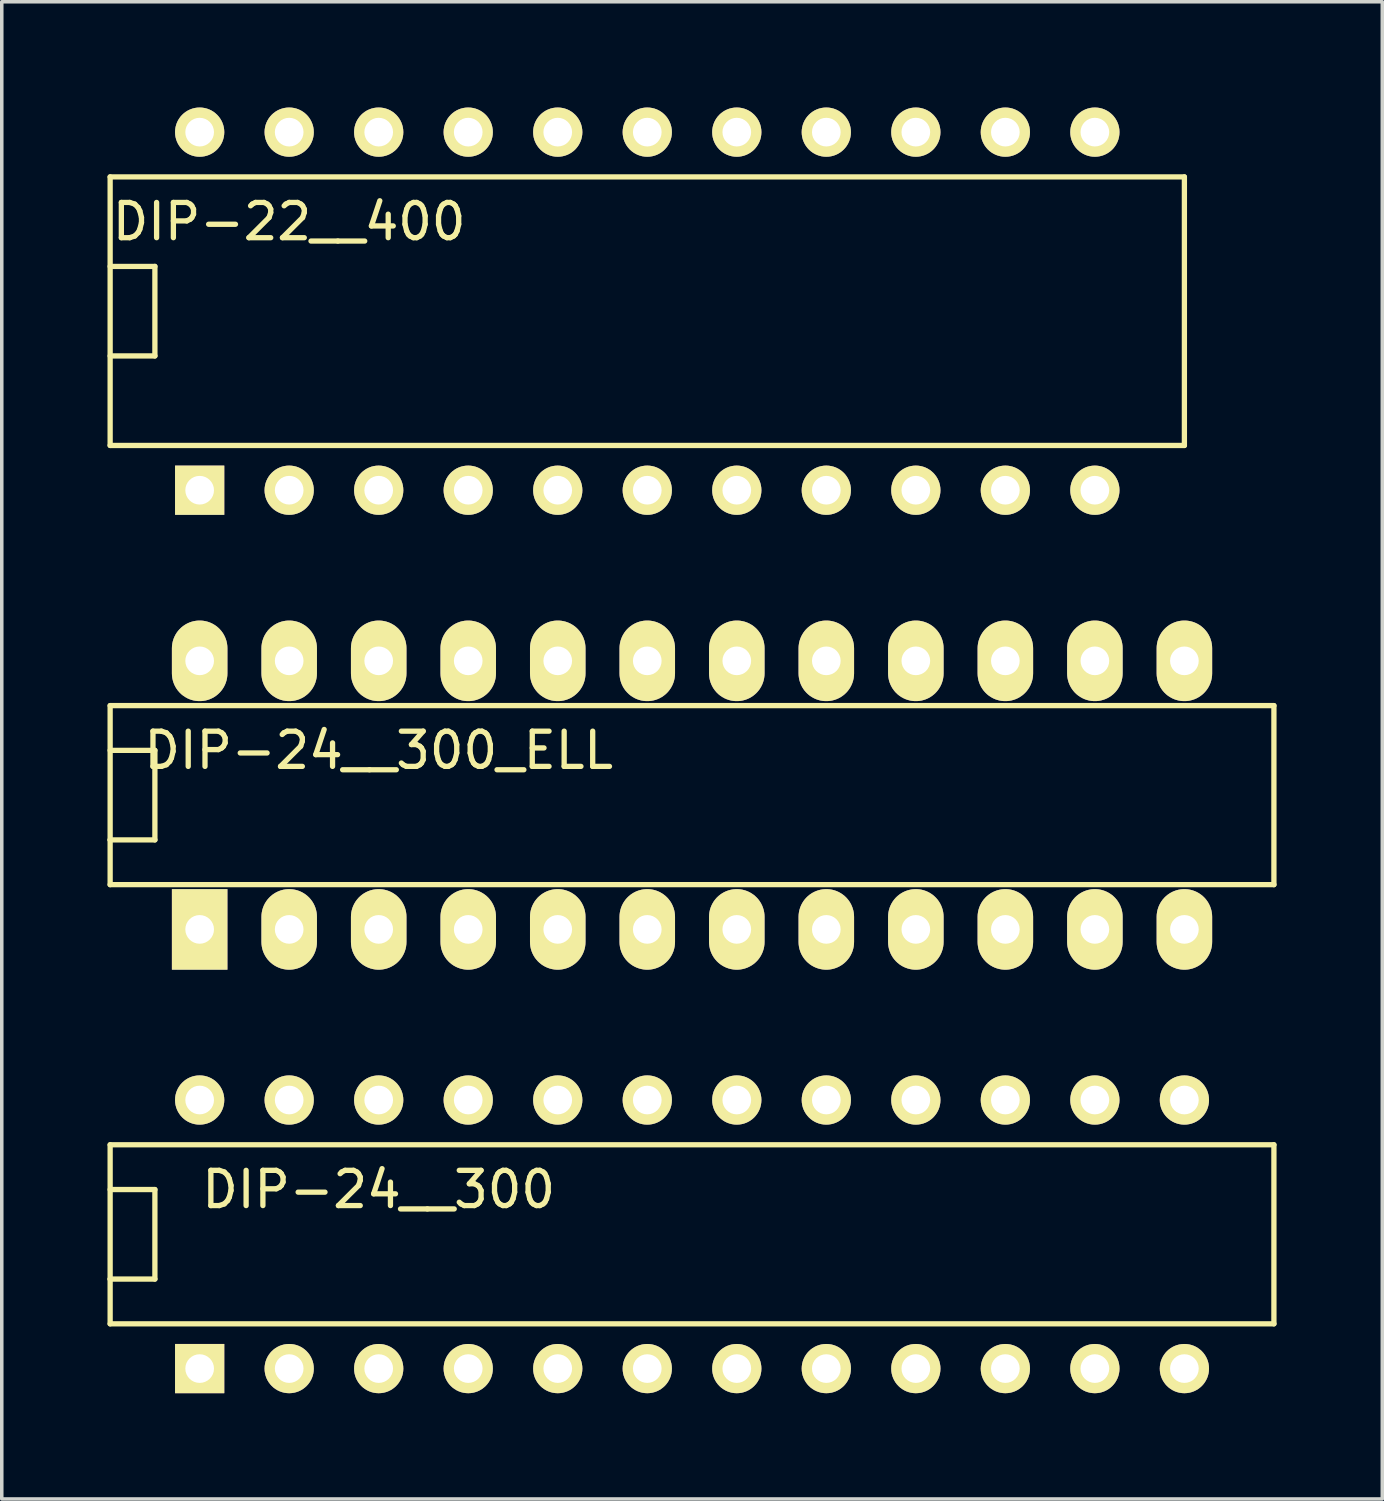
<source format=kicad_pcb>
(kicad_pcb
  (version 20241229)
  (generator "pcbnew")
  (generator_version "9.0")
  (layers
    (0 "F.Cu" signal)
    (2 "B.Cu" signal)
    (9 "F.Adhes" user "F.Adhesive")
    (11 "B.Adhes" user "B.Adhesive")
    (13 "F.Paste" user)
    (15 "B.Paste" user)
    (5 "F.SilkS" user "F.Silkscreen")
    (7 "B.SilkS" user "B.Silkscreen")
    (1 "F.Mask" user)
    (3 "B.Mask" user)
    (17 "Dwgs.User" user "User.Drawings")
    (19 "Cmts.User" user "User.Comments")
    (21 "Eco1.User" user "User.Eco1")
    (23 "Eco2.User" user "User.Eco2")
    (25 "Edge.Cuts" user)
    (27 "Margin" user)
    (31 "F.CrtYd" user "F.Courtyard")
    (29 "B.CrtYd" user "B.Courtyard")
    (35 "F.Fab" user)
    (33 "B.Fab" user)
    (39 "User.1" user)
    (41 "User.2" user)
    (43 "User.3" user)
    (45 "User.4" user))
  (footprint "DIP-24__300_ELL"
    (layer "F.Cu")
    (at 16.585 19.51)
    (property "Reference" "DIP-24__300_ELL" (at -8.89 -1.27 0) (layer "F.SilkS") (effects (font (size 1 1) (thickness 0.15))))
    (attr through_hole)
    (fp_line (start -16.51 -2.54) (end 16.51 -2.54) (stroke (width 0.15) (type solid)) (layer "F.SilkS"))
    (fp_line (start -16.51 -1.27) (end -15.24 -1.27) (stroke (width 0.15) (type solid)) (layer "F.SilkS"))
    (fp_line (start -16.51 1.27) (end -16.51 1.27) (stroke (width 0.15) (type solid)) (layer "F.SilkS"))
    (fp_line (start -16.51 2.54) (end -16.51 -2.54) (stroke (width 0.15) (type solid)) (layer "F.SilkS"))
    (fp_line (start -15.24 -1.27) (end -15.24 1.27) (stroke (width 0.15) (type solid)) (layer "F.SilkS"))
    (fp_line (start -15.24 1.27) (end -16.51 1.27) (stroke (width 0.15) (type solid)) (layer "F.SilkS"))
    (fp_line (start 16.51 -2.54) (end 16.51 2.54) (stroke (width 0.15) (type solid)) (layer "F.SilkS"))
    (fp_line (start 16.51 2.54) (end -16.51 2.54) (stroke (width 0.15) (type solid)) (layer "F.SilkS"))
    (pad "1" thru_hole rect (at -13.97 3.81) (size 1.575 2.286) (drill 0.813) (layers "*.Cu" "*.Mask" "F.SilkS"))
    (pad "2" thru_hole oval (at -11.43 3.81) (size 1.575 2.286) (drill 0.813) (layers "*.Cu" "*.Mask" "F.SilkS"))
    (pad "3" thru_hole oval (at -8.89 3.81) (size 1.575 2.286) (drill 0.813) (layers "*.Cu" "*.Mask" "F.SilkS"))
    (pad "4" thru_hole oval (at -6.35 3.81) (size 1.575 2.286) (drill 0.813) (layers "*.Cu" "*.Mask" "F.SilkS"))
    (pad "5" thru_hole oval (at -3.81 3.81) (size 1.575 2.286) (drill 0.813) (layers "*.Cu" "*.Mask" "F.SilkS"))
    (pad "6" thru_hole oval (at -1.27 3.81) (size 1.575 2.286) (drill 0.813) (layers "*.Cu" "*.Mask" "F.SilkS"))
    (pad "7" thru_hole oval (at 1.27 3.81) (size 1.575 2.286) (drill 0.813) (layers "*.Cu" "*.Mask" "F.SilkS"))
    (pad "8" thru_hole oval (at 3.81 3.81) (size 1.575 2.286) (drill 0.813) (layers "*.Cu" "*.Mask" "F.SilkS"))
    (pad "9" thru_hole oval (at 6.35 3.81) (size 1.575 2.286) (drill 0.813) (layers "*.Cu" "*.Mask" "F.SilkS"))
    (pad "10" thru_hole oval (at 8.89 3.81) (size 1.575 2.286) (drill 0.813) (layers "*.Cu" "*.Mask" "F.SilkS"))
    (pad "11" thru_hole oval (at 11.43 3.81) (size 1.575 2.286) (drill 0.813) (layers "*.Cu" "*.Mask" "F.SilkS"))
    (pad "12" thru_hole oval (at 13.97 3.81) (size 1.575 2.286) (drill 0.813) (layers "*.Cu" "*.Mask" "F.SilkS"))
    (pad "13" thru_hole oval (at 13.97 -3.81) (size 1.575 2.286) (drill 0.813) (layers "*.Cu" "*.Mask" "F.SilkS"))
    (pad "14" thru_hole oval (at 11.43 -3.81) (size 1.575 2.286) (drill 0.813) (layers "*.Cu" "*.Mask" "F.SilkS"))
    (pad "15" thru_hole oval (at 8.89 -3.81) (size 1.575 2.286) (drill 0.813) (layers "*.Cu" "*.Mask" "F.SilkS"))
    (pad "16" thru_hole oval (at 6.35 -3.81) (size 1.575 2.286) (drill 0.813) (layers "*.Cu" "*.Mask" "F.SilkS"))
    (pad "17" thru_hole oval (at 3.81 -3.81) (size 1.575 2.286) (drill 0.813) (layers "*.Cu" "*.Mask" "F.SilkS"))
    (pad "18" thru_hole oval (at 1.27 -3.81) (size 1.575 2.286) (drill 0.813) (layers "*.Cu" "*.Mask" "F.SilkS"))
    (pad "19" thru_hole oval (at -1.27 -3.81) (size 1.575 2.286) (drill 0.813) (layers "*.Cu" "*.Mask" "F.SilkS"))
    (pad "20" thru_hole oval (at -3.81 -3.81) (size 1.575 2.286) (drill 0.813) (layers "*.Cu" "*.Mask" "F.SilkS"))
    (pad "21" thru_hole oval (at -6.35 -3.81) (size 1.575 2.286) (drill 0.813) (layers "*.Cu" "*.Mask" "F.SilkS"))
    (pad "22" thru_hole oval (at -8.89 -3.81) (size 1.575 2.286) (drill 0.813) (layers "*.Cu" "*.Mask" "F.SilkS"))
    (pad "23" thru_hole oval (at -11.43 -3.81) (size 1.575 2.286) (drill 0.813) (layers "*.Cu" "*.Mask" "F.SilkS"))
    (pad "24" thru_hole oval (at -13.97 -3.81) (size 1.575 2.286) (drill 0.813) (layers "*.Cu" "*.Mask" "F.SilkS")))
  (footprint "DIP-24__300"
    (layer "F.Cu")
    (at 16.585 31.971)
    (property "Reference" "DIP-24__300" (at -8.89 -1.27 0) (layer "F.SilkS") (effects (font (size 1 1) (thickness 0.15))))
    (attr through_hole)
    (fp_line (start -16.51 -2.54) (end 16.51 -2.54) (stroke (width 0.15) (type solid)) (layer "F.SilkS"))
    (fp_line (start -16.51 -1.27) (end -15.24 -1.27) (stroke (width 0.15) (type solid)) (layer "F.SilkS"))
    (fp_line (start -16.51 1.27) (end -16.51 1.27) (stroke (width 0.15) (type solid)) (layer "F.SilkS"))
    (fp_line (start -16.51 2.54) (end -16.51 -2.54) (stroke (width 0.15) (type solid)) (layer "F.SilkS"))
    (fp_line (start -15.24 -1.27) (end -15.24 1.27) (stroke (width 0.15) (type solid)) (layer "F.SilkS"))
    (fp_line (start -15.24 1.27) (end -16.51 1.27) (stroke (width 0.15) (type solid)) (layer "F.SilkS"))
    (fp_line (start 16.51 -2.54) (end 16.51 2.54) (stroke (width 0.15) (type solid)) (layer "F.SilkS"))
    (fp_line (start 16.51 2.54) (end -16.51 2.54) (stroke (width 0.15) (type solid)) (layer "F.SilkS"))
    (pad "1" thru_hole rect (at -13.97 3.81) (size 1.397 1.397) (drill 0.813) (layers "*.Cu" "*.Mask" "F.SilkS"))
    (pad "2" thru_hole circle (at -11.43 3.81) (size 1.397 1.397) (drill 0.813) (layers "*.Cu" "*.Mask" "F.SilkS"))
    (pad "3" thru_hole circle (at -8.89 3.81) (size 1.397 1.397) (drill 0.813) (layers "*.Cu" "*.Mask" "F.SilkS"))
    (pad "4" thru_hole circle (at -6.35 3.81) (size 1.397 1.397) (drill 0.813) (layers "*.Cu" "*.Mask" "F.SilkS"))
    (pad "5" thru_hole circle (at -3.81 3.81) (size 1.397 1.397) (drill 0.813) (layers "*.Cu" "*.Mask" "F.SilkS"))
    (pad "6" thru_hole circle (at -1.27 3.81) (size 1.397 1.397) (drill 0.813) (layers "*.Cu" "*.Mask" "F.SilkS"))
    (pad "7" thru_hole circle (at 1.27 3.81) (size 1.397 1.397) (drill 0.813) (layers "*.Cu" "*.Mask" "F.SilkS"))
    (pad "8" thru_hole circle (at 3.81 3.81) (size 1.397 1.397) (drill 0.813) (layers "*.Cu" "*.Mask" "F.SilkS"))
    (pad "9" thru_hole circle (at 6.35 3.81) (size 1.397 1.397) (drill 0.813) (layers "*.Cu" "*.Mask" "F.SilkS"))
    (pad "10" thru_hole circle (at 8.89 3.81) (size 1.397 1.397) (drill 0.813) (layers "*.Cu" "*.Mask" "F.SilkS"))
    (pad "11" thru_hole circle (at 11.43 3.81) (size 1.397 1.397) (drill 0.813) (layers "*.Cu" "*.Mask" "F.SilkS"))
    (pad "12" thru_hole circle (at 13.97 3.81) (size 1.397 1.397) (drill 0.813) (layers "*.Cu" "*.Mask" "F.SilkS"))
    (pad "13" thru_hole circle (at 13.97 -3.81) (size 1.397 1.397) (drill 0.813) (layers "*.Cu" "*.Mask" "F.SilkS"))
    (pad "14" thru_hole circle (at 11.43 -3.81) (size 1.397 1.397) (drill 0.813) (layers "*.Cu" "*.Mask" "F.SilkS"))
    (pad "15" thru_hole circle (at 8.89 -3.81) (size 1.397 1.397) (drill 0.813) (layers "*.Cu" "*.Mask" "F.SilkS"))
    (pad "16" thru_hole circle (at 6.35 -3.81) (size 1.397 1.397) (drill 0.813) (layers "*.Cu" "*.Mask" "F.SilkS"))
    (pad "17" thru_hole circle (at 3.81 -3.81) (size 1.397 1.397) (drill 0.813) (layers "*.Cu" "*.Mask" "F.SilkS"))
    (pad "18" thru_hole circle (at 1.27 -3.81) (size 1.397 1.397) (drill 0.813) (layers "*.Cu" "*.Mask" "F.SilkS"))
    (pad "19" thru_hole circle (at -1.27 -3.81) (size 1.397 1.397) (drill 0.813) (layers "*.Cu" "*.Mask" "F.SilkS"))
    (pad "20" thru_hole circle (at -3.81 -3.81) (size 1.397 1.397) (drill 0.813) (layers "*.Cu" "*.Mask" "F.SilkS"))
    (pad "21" thru_hole circle (at -6.35 -3.81) (size 1.397 1.397) (drill 0.813) (layers "*.Cu" "*.Mask" "F.SilkS"))
    (pad "22" thru_hole circle (at -8.89 -3.81) (size 1.397 1.397) (drill 0.813) (layers "*.Cu" "*.Mask" "F.SilkS"))
    (pad "23" thru_hole circle (at -11.43 -3.81) (size 1.397 1.397) (drill 0.813) (layers "*.Cu" "*.Mask" "F.SilkS"))
    (pad "24" thru_hole circle (at -13.97 -3.81) (size 1.397 1.397) (drill 0.813) (layers "*.Cu" "*.Mask" "F.SilkS")))
  (footprint "DIP-22__400"
    (layer "F.Cu")
    (at 15.315 5.779)
    (property "Reference" "DIP-22__400" (at -10.16 -2.54 0) (layer "F.SilkS") (effects (font (size 1 1) (thickness 0.15))))
    (attr through_hole)
    (fp_line (start -15.24 -3.81) (end 15.24 -3.81) (stroke (width 0.15) (type solid)) (layer "F.SilkS"))
    (fp_line (start -15.24 -1.27) (end -13.97 -1.27) (stroke (width 0.15) (type solid)) (layer "F.SilkS"))
    (fp_line (start -15.24 3.81) (end -15.24 -3.81) (stroke (width 0.15) (type solid)) (layer "F.SilkS"))
    (fp_line (start -13.97 -1.27) (end -13.97 1.27) (stroke (width 0.15) (type solid)) (layer "F.SilkS"))
    (fp_line (start -13.97 1.27) (end -15.24 1.27) (stroke (width 0.15) (type solid)) (layer "F.SilkS"))
    (fp_line (start 15.24 -3.81) (end 15.24 3.81) (stroke (width 0.15) (type solid)) (layer "F.SilkS"))
    (fp_line (start 15.24 3.81) (end -15.24 3.81) (stroke (width 0.15) (type solid)) (layer "F.SilkS"))
    (pad "1" thru_hole rect (at -12.7 5.08) (size 1.397 1.397) (drill 0.813) (layers "*.Cu" "*.Mask" "F.SilkS"))
    (pad "2" thru_hole circle (at -10.16 5.08) (size 1.397 1.397) (drill 0.813) (layers "*.Cu" "*.Mask" "F.SilkS"))
    (pad "3" thru_hole circle (at -7.62 5.08) (size 1.397 1.397) (drill 0.813) (layers "*.Cu" "*.Mask" "F.SilkS"))
    (pad "4" thru_hole circle (at -5.08 5.08) (size 1.397 1.397) (drill 0.813) (layers "*.Cu" "*.Mask" "F.SilkS"))
    (pad "5" thru_hole circle (at -2.54 5.08) (size 1.397 1.397) (drill 0.813) (layers "*.Cu" "*.Mask" "F.SilkS"))
    (pad "6" thru_hole circle (at 0 5.08) (size 1.397 1.397) (drill 0.813) (layers "*.Cu" "*.Mask" "F.SilkS"))
    (pad "7" thru_hole circle (at 2.54 5.08) (size 1.397 1.397) (drill 0.813) (layers "*.Cu" "*.Mask" "F.SilkS"))
    (pad "8" thru_hole circle (at 5.08 5.08) (size 1.397 1.397) (drill 0.813) (layers "*.Cu" "*.Mask" "F.SilkS"))
    (pad "9" thru_hole circle (at 7.62 5.08) (size 1.397 1.397) (drill 0.813) (layers "*.Cu" "*.Mask" "F.SilkS"))
    (pad "10" thru_hole circle (at 10.16 5.08) (size 1.397 1.397) (drill 0.813) (layers "*.Cu" "*.Mask" "F.SilkS"))
    (pad "11" thru_hole circle (at 12.7 5.08) (size 1.397 1.397) (drill 0.813) (layers "*.Cu" "*.Mask" "F.SilkS"))
    (pad "12" thru_hole circle (at 12.7 -5.08) (size 1.397 1.397) (drill 0.813) (layers "*.Cu" "*.Mask" "F.SilkS"))
    (pad "13" thru_hole circle (at 10.16 -5.08) (size 1.397 1.397) (drill 0.813) (layers "*.Cu" "*.Mask" "F.SilkS"))
    (pad "14" thru_hole circle (at 7.62 -5.08) (size 1.397 1.397) (drill 0.813) (layers "*.Cu" "*.Mask" "F.SilkS"))
    (pad "15" thru_hole circle (at 5.08 -5.08) (size 1.397 1.397) (drill 0.813) (layers "*.Cu" "*.Mask" "F.SilkS"))
    (pad "16" thru_hole circle (at 2.54 -5.08) (size 1.397 1.397) (drill 0.813) (layers "*.Cu" "*.Mask" "F.SilkS"))
    (pad "17" thru_hole circle (at 0 -5.08) (size 1.397 1.397) (drill 0.813) (layers "*.Cu" "*.Mask" "F.SilkS"))
    (pad "18" thru_hole circle (at -2.54 -5.08) (size 1.397 1.397) (drill 0.813) (layers "*.Cu" "*.Mask" "F.SilkS"))
    (pad "19" thru_hole circle (at -5.08 -5.08) (size 1.397 1.397) (drill 0.813) (layers "*.Cu" "*.Mask" "F.SilkS"))
    (pad "20" thru_hole circle (at -7.62 -5.08) (size 1.397 1.397) (drill 0.813) (layers "*.Cu" "*.Mask" "F.SilkS"))
    (pad "21" thru_hole circle (at -10.16 -5.08) (size 1.397 1.397) (drill 0.813) (layers "*.Cu" "*.Mask" "F.SilkS"))
    (pad "22" thru_hole circle (at -12.7 -5.08) (size 1.397 1.397) (drill 0.813) (layers "*.Cu" "*.Mask" "F.SilkS")))
  (gr_rect
    (start -3 -3)
    (end 36.17 39.48)
    (stroke (width 0.1) (type default))
    (fill no)
    (layer "Edge.Cuts")))
</source>
